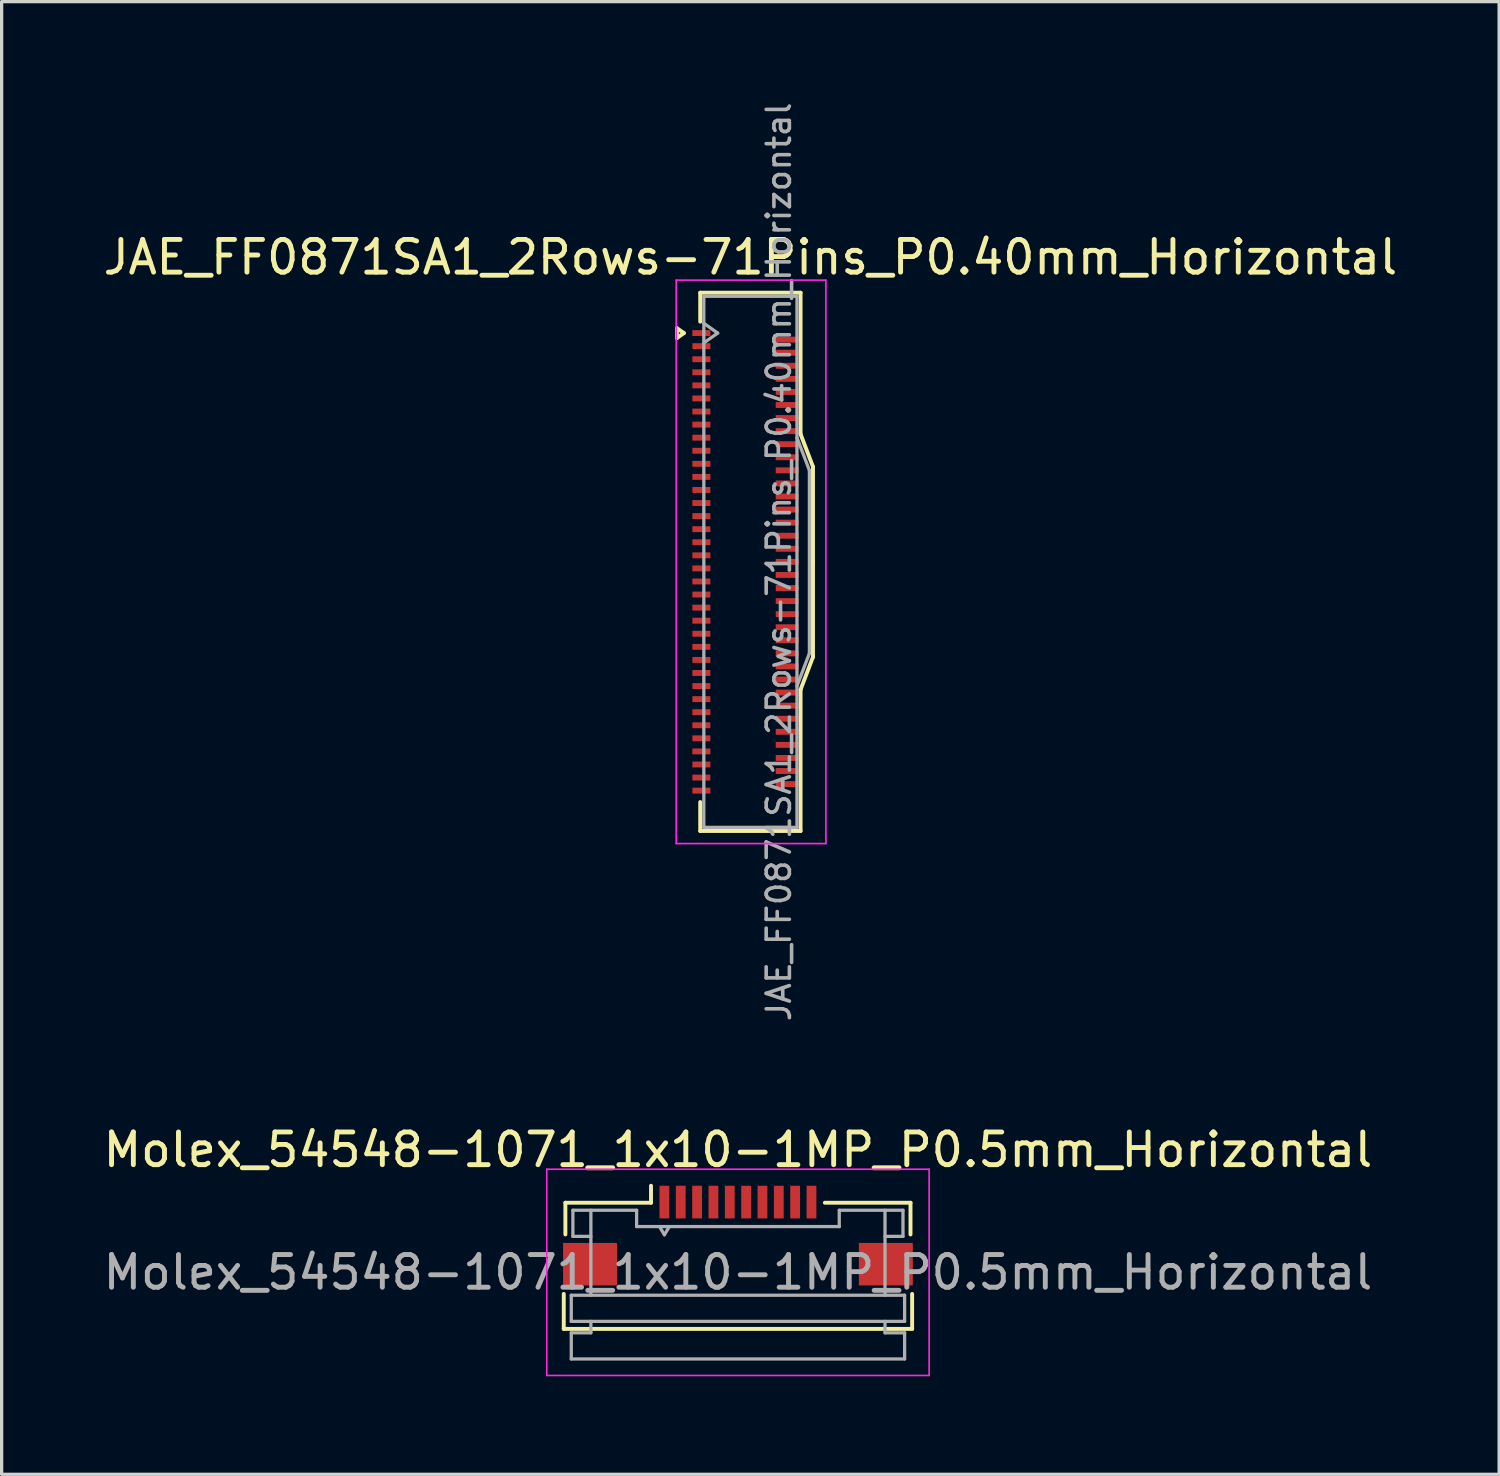
<source format=kicad_pcb>
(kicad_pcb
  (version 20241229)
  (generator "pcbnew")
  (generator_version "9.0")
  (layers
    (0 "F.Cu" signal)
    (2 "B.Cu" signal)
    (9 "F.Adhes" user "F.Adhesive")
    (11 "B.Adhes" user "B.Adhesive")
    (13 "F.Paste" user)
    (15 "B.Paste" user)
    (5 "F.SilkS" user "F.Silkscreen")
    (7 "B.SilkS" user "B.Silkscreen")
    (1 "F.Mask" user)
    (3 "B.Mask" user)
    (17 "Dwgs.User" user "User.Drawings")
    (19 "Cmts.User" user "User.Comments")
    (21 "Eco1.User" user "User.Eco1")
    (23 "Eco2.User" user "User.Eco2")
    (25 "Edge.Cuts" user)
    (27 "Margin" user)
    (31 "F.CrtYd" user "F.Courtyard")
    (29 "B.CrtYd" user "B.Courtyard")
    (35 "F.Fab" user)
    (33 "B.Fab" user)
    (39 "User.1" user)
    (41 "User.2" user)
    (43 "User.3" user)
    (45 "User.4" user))
  (footprint "JAE_FF0871SA1_2Rows-71Pins_P0.40mm_Horizontal"
    (layer "F.Cu")
    (at 19.761 14.142)
    (property "Reference" "JAE_FF0871SA1_2Rows-71Pins_P0.40mm_Horizontal" (at 0.15 -9.32 0) (layer "F.SilkS") (effects (font (size 1 1) (thickness 0.15))))
    (attr smd)
    (fp_line (start -2.097 -7.15) (end -1.885 -7) (stroke (width 0.12) (type solid)) (layer "F.SilkS"))
    (fp_line (start -2.097 -6.85) (end -2.097 -7.15) (stroke (width 0.12) (type solid)) (layer "F.SilkS"))
    (fp_line (start -1.885 -7) (end -2.097 -6.85) (stroke (width 0.12) (type solid)) (layer "F.SilkS"))
    (fp_line (start -1.385 -8.235) (end 1.685 -8.235) (stroke (width 0.12) (type solid)) (layer "F.SilkS"))
    (fp_line (start -1.385 -7.35) (end -1.385 -8.235) (stroke (width 0.12) (type solid)) (layer "F.SilkS"))
    (fp_line (start -1.385 7.35) (end -1.385 8.235) (stroke (width 0.12) (type solid)) (layer "F.SilkS"))
    (fp_line (start -1.385 8.235) (end 1.685 8.235) (stroke (width 0.12) (type solid)) (layer "F.SilkS"))
    (fp_line (start 1.685 -8.235) (end 1.685 -3.91) (stroke (width 0.12) (type solid)) (layer "F.SilkS"))
    (fp_line (start 1.685 -3.91) (end 2.065 -2.91) (stroke (width 0.12) (type solid)) (layer "F.SilkS"))
    (fp_line (start 1.685 3.91) (end 2.065 2.91) (stroke (width 0.12) (type solid)) (layer "F.SilkS"))
    (fp_line (start 1.685 8.235) (end 1.685 3.91) (stroke (width 0.12) (type solid)) (layer "F.SilkS"))
    (fp_line (start 2.065 -2.91) (end 2.065 0) (stroke (width 0.12) (type solid)) (layer "F.SilkS"))
    (fp_line (start 2.065 2.91) (end 2.065 0) (stroke (width 0.12) (type solid)) (layer "F.SilkS"))
    (fp_line (start -2.12 -8.62) (end -2.12 8.62) (stroke (width 0.05) (type solid)) (layer "F.CrtYd"))
    (fp_line (start -2.12 8.62) (end 2.46 8.62) (stroke (width 0.05) (type solid)) (layer "F.CrtYd"))
    (fp_line (start 2.46 -8.62) (end -2.12 -8.62) (stroke (width 0.05) (type solid)) (layer "F.CrtYd"))
    (fp_line (start 2.46 8.62) (end 2.46 -8.62) (stroke (width 0.05) (type solid)) (layer "F.CrtYd"))
    (fp_line (start -1.275 -8.125) (end -1.275 8.125) (stroke (width 0.1) (type solid)) (layer "F.Fab"))
    (fp_line (start -1.275 -7.3) (end -0.851 -7) (stroke (width 0.1) (type solid)) (layer "F.Fab"))
    (fp_line (start -1.275 8.125) (end 1.575 8.125) (stroke (width 0.1) (type solid)) (layer "F.Fab"))
    (fp_line (start -0.851 -7) (end -1.275 -6.7) (stroke (width 0.1) (type solid)) (layer "F.Fab"))
    (fp_line (start 1.575 -8.125) (end -1.275 -8.125) (stroke (width 0.1) (type solid)) (layer "F.Fab"))
    (fp_line (start 1.575 -3.8) (end 1.955 -2.8) (stroke (width 0.1) (type solid)) (layer "F.Fab"))
    (fp_line (start 1.575 8.125) (end 1.575 -8.125) (stroke (width 0.1) (type solid)) (layer "F.Fab"))
    (fp_line (start 1.955 -2.8) (end 1.955 2.8) (stroke (width 0.1) (type solid)) (layer "F.Fab"))
    (fp_line (start 1.955 2.8) (end 1.575 3.8) (stroke (width 0.1) (type solid)) (layer "F.Fab"))
    (fp_text user "${REFERENCE}" (at 1.02 0 90) (layer "F.Fab") (effects (font (size 0.71 0.71) (thickness 0.11))))
    (pad "1" smd rect (at -1.35 -7) (size 0.55 0.18) (layers "F.Cu" "F.Mask" "F.Paste"))
    (pad "2" smd rect (at 1.275 -6.8) (size 0.7 0.18) (layers "F.Cu" "F.Mask" "F.Paste"))
    (pad "3" smd rect (at -1.35 -6.6) (size 0.55 0.18) (layers "F.Cu" "F.Mask" "F.Paste"))
    (pad "4" smd rect (at 1.275 -6.4) (size 0.7 0.18) (layers "F.Cu" "F.Mask" "F.Paste"))
    (pad "5" smd rect (at -1.35 -6.2) (size 0.55 0.18) (layers "F.Cu" "F.Mask" "F.Paste"))
    (pad "6" smd rect (at 1.275 -6) (size 0.7 0.18) (layers "F.Cu" "F.Mask" "F.Paste"))
    (pad "7" smd rect (at -1.35 -5.8) (size 0.55 0.18) (layers "F.Cu" "F.Mask" "F.Paste"))
    (pad "8" smd rect (at 1.275 -5.6) (size 0.7 0.18) (layers "F.Cu" "F.Mask" "F.Paste"))
    (pad "9" smd rect (at -1.35 -5.4) (size 0.55 0.18) (layers "F.Cu" "F.Mask" "F.Paste"))
    (pad "10" smd rect (at 1.275 -5.2) (size 0.7 0.18) (layers "F.Cu" "F.Mask" "F.Paste"))
    (pad "11" smd rect (at -1.35 -5) (size 0.55 0.18) (layers "F.Cu" "F.Mask" "F.Paste"))
    (pad "12" smd rect (at 1.275 -4.8) (size 0.7 0.18) (layers "F.Cu" "F.Mask" "F.Paste"))
    (pad "13" smd rect (at -1.35 -4.6) (size 0.55 0.18) (layers "F.Cu" "F.Mask" "F.Paste"))
    (pad "14" smd rect (at 1.275 -4.4) (size 0.7 0.18) (layers "F.Cu" "F.Mask" "F.Paste"))
    (pad "15" smd rect (at -1.35 -4.2) (size 0.55 0.18) (layers "F.Cu" "F.Mask" "F.Paste"))
    (pad "16" smd rect (at 1.275 -4) (size 0.7 0.18) (layers "F.Cu" "F.Mask" "F.Paste"))
    (pad "17" smd rect (at -1.35 -3.8) (size 0.55 0.18) (layers "F.Cu" "F.Mask" "F.Paste"))
    (pad "18" smd rect (at 1.275 -3.6) (size 0.7 0.18) (layers "F.Cu" "F.Mask" "F.Paste"))
    (pad "19" smd rect (at -1.35 -3.4) (size 0.55 0.18) (layers "F.Cu" "F.Mask" "F.Paste"))
    (pad "20" smd rect (at 1.275 -3.2) (size 0.7 0.18) (layers "F.Cu" "F.Mask" "F.Paste"))
    (pad "21" smd rect (at -1.35 -3) (size 0.55 0.18) (layers "F.Cu" "F.Mask" "F.Paste"))
    (pad "22" smd rect (at 1.275 -2.8) (size 0.7 0.18) (layers "F.Cu" "F.Mask" "F.Paste"))
    (pad "23" smd rect (at -1.35 -2.6) (size 0.55 0.18) (layers "F.Cu" "F.Mask" "F.Paste"))
    (pad "24" smd rect (at 1.275 -2.4) (size 0.7 0.18) (layers "F.Cu" "F.Mask" "F.Paste"))
    (pad "25" smd rect (at -1.35 -2.2) (size 0.55 0.18) (layers "F.Cu" "F.Mask" "F.Paste"))
    (pad "26" smd rect (at 1.275 -2) (size 0.7 0.18) (layers "F.Cu" "F.Mask" "F.Paste"))
    (pad "27" smd rect (at -1.35 -1.8) (size 0.55 0.18) (layers "F.Cu" "F.Mask" "F.Paste"))
    (pad "28" smd rect (at 1.275 -1.6) (size 0.7 0.18) (layers "F.Cu" "F.Mask" "F.Paste"))
    (pad "29" smd rect (at -1.35 -1.4) (size 0.55 0.18) (layers "F.Cu" "F.Mask" "F.Paste"))
    (pad "30" smd rect (at 1.275 -1.2) (size 0.7 0.18) (layers "F.Cu" "F.Mask" "F.Paste"))
    (pad "31" smd rect (at -1.35 -1) (size 0.55 0.18) (layers "F.Cu" "F.Mask" "F.Paste"))
    (pad "32" smd rect (at 1.275 -0.8) (size 0.7 0.18) (layers "F.Cu" "F.Mask" "F.Paste"))
    (pad "33" smd rect (at -1.35 -0.6) (size 0.55 0.18) (layers "F.Cu" "F.Mask" "F.Paste"))
    (pad "34" smd rect (at 1.275 -0.4) (size 0.7 0.18) (layers "F.Cu" "F.Mask" "F.Paste"))
    (pad "35" smd rect (at -1.35 -0.2) (size 0.55 0.18) (layers "F.Cu" "F.Mask" "F.Paste"))
    (pad "36" smd rect (at 1.275 0) (size 0.7 0.18) (layers "F.Cu" "F.Mask" "F.Paste"))
    (pad "37" smd rect (at -1.35 0.2) (size 0.55 0.18) (layers "F.Cu" "F.Mask" "F.Paste"))
    (pad "38" smd rect (at 1.275 0.4) (size 0.7 0.18) (layers "F.Cu" "F.Mask" "F.Paste"))
    (pad "39" smd rect (at -1.35 0.6) (size 0.55 0.18) (layers "F.Cu" "F.Mask" "F.Paste"))
    (pad "40" smd rect (at 1.275 0.8) (size 0.7 0.18) (layers "F.Cu" "F.Mask" "F.Paste"))
    (pad "41" smd rect (at -1.35 1) (size 0.55 0.18) (layers "F.Cu" "F.Mask" "F.Paste"))
    (pad "42" smd rect (at 1.275 1.2) (size 0.7 0.18) (layers "F.Cu" "F.Mask" "F.Paste"))
    (pad "43" smd rect (at -1.35 1.4) (size 0.55 0.18) (layers "F.Cu" "F.Mask" "F.Paste"))
    (pad "44" smd rect (at 1.275 1.6) (size 0.7 0.18) (layers "F.Cu" "F.Mask" "F.Paste"))
    (pad "45" smd rect (at -1.35 1.8) (size 0.55 0.18) (layers "F.Cu" "F.Mask" "F.Paste"))
    (pad "46" smd rect (at 1.275 2) (size 0.7 0.18) (layers "F.Cu" "F.Mask" "F.Paste"))
    (pad "47" smd rect (at -1.35 2.2) (size 0.55 0.18) (layers "F.Cu" "F.Mask" "F.Paste"))
    (pad "48" smd rect (at 1.275 2.4) (size 0.7 0.18) (layers "F.Cu" "F.Mask" "F.Paste"))
    (pad "49" smd rect (at -1.35 2.6) (size 0.55 0.18) (layers "F.Cu" "F.Mask" "F.Paste"))
    (pad "50" smd rect (at 1.275 2.8) (size 0.7 0.18) (layers "F.Cu" "F.Mask" "F.Paste"))
    (pad "51" smd rect (at -1.35 3) (size 0.55 0.18) (layers "F.Cu" "F.Mask" "F.Paste"))
    (pad "52" smd rect (at 1.275 3.2) (size 0.7 0.18) (layers "F.Cu" "F.Mask" "F.Paste"))
    (pad "53" smd rect (at -1.35 3.4) (size 0.55 0.18) (layers "F.Cu" "F.Mask" "F.Paste"))
    (pad "54" smd rect (at 1.275 3.6) (size 0.7 0.18) (layers "F.Cu" "F.Mask" "F.Paste"))
    (pad "55" smd rect (at -1.35 3.8) (size 0.55 0.18) (layers "F.Cu" "F.Mask" "F.Paste"))
    (pad "56" smd rect (at 1.275 4) (size 0.7 0.18) (layers "F.Cu" "F.Mask" "F.Paste"))
    (pad "57" smd rect (at -1.35 4.2) (size 0.55 0.18) (layers "F.Cu" "F.Mask" "F.Paste"))
    (pad "58" smd rect (at 1.275 4.4) (size 0.7 0.18) (layers "F.Cu" "F.Mask" "F.Paste"))
    (pad "59" smd rect (at -1.35 4.6) (size 0.55 0.18) (layers "F.Cu" "F.Mask" "F.Paste"))
    (pad "60" smd rect (at 1.275 4.8) (size 0.7 0.18) (layers "F.Cu" "F.Mask" "F.Paste"))
    (pad "61" smd rect (at -1.35 5) (size 0.55 0.18) (layers "F.Cu" "F.Mask" "F.Paste"))
    (pad "62" smd rect (at 1.275 5.2) (size 0.7 0.18) (layers "F.Cu" "F.Mask" "F.Paste"))
    (pad "63" smd rect (at -1.35 5.4) (size 0.55 0.18) (layers "F.Cu" "F.Mask" "F.Paste"))
    (pad "64" smd rect (at 1.275 5.6) (size 0.7 0.18) (layers "F.Cu" "F.Mask" "F.Paste"))
    (pad "65" smd rect (at -1.35 5.8) (size 0.55 0.18) (layers "F.Cu" "F.Mask" "F.Paste"))
    (pad "66" smd rect (at 1.275 6) (size 0.7 0.18) (layers "F.Cu" "F.Mask" "F.Paste"))
    (pad "67" smd rect (at -1.35 6.2) (size 0.55 0.18) (layers "F.Cu" "F.Mask" "F.Paste"))
    (pad "68" smd rect (at 1.275 6.4) (size 0.7 0.18) (layers "F.Cu" "F.Mask" "F.Paste"))
    (pad "69" smd rect (at -1.35 6.6) (size 0.55 0.18) (layers "F.Cu" "F.Mask" "F.Paste"))
    (pad "70" smd rect (at 1.275 6.8) (size 0.7 0.18) (layers "F.Cu" "F.Mask" "F.Paste"))
    (pad "71" smd rect (at -1.35 7) (size 0.55 0.18) (layers "F.Cu" "F.Mask" "F.Paste")))
  (footprint "Molex_54548-1071_1x10-1MP_P0.5mm_Horizontal"
    (layer "F.Cu")
    (at 19.53 34.757)
    (property "Reference" "Molex_54548-1071_1x10-1MP_P0.5mm_Horizontal" (at 0 -2.625 0) (layer "F.SilkS") (effects (font (size 1 1) (thickness 0.15))))
    (attr smd)
    (fp_line (start -5.33 1.785) (end -5.33 2.855) (stroke (width 0.12) (type solid)) (layer "F.SilkS"))
    (fp_line (start -5.33 2.855) (end 5.33 2.855) (stroke (width 0.12) (type solid)) (layer "F.SilkS"))
    (fp_line (start -5.28 -1.005) (end -5.28 -0.035) (stroke (width 0.12) (type solid)) (layer "F.SilkS"))
    (fp_line (start -2.66 -1.525) (end -2.66 -1.005) (stroke (width 0.12) (type solid)) (layer "F.SilkS"))
    (fp_line (start -2.66 -1.005) (end -5.28 -1.005) (stroke (width 0.12) (type solid)) (layer "F.SilkS"))
    (fp_line (start 5.28 -1.005) (end 2.66 -1.005) (stroke (width 0.12) (type solid)) (layer "F.SilkS"))
    (fp_line (start 5.28 -0.035) (end 5.28 -1.005) (stroke (width 0.12) (type solid)) (layer "F.SilkS"))
    (fp_line (start 5.33 2.855) (end 5.33 1.785) (stroke (width 0.12) (type solid)) (layer "F.SilkS"))
    (fp_line (start -5.85 -2.03) (end 5.85 -2.03) (stroke (width 0.05) (type solid)) (layer "F.CrtYd"))
    (fp_line (start -5.85 4.28) (end -5.85 -2.03) (stroke (width 0.05) (type solid)) (layer "F.CrtYd"))
    (fp_line (start 5.85 -2.03) (end 5.85 4.28) (stroke (width 0.05) (type solid)) (layer "F.CrtYd"))
    (fp_line (start 5.85 4.28) (end -5.85 4.28) (stroke (width 0.05) (type solid)) (layer "F.CrtYd"))
    (fp_line (start -5.1 1.825) (end -5.1 2.625) (stroke (width 0.1) (type solid)) (layer "F.Fab"))
    (fp_line (start -5.1 2.625) (end 5.1 2.625) (stroke (width 0.1) (type solid)) (layer "F.Fab"))
    (fp_line (start -5.1 2.975) (end -5.1 3.775) (stroke (width 0.1) (type solid)) (layer "F.Fab"))
    (fp_line (start -5.1 3.775) (end 5.1 3.775) (stroke (width 0.1) (type solid)) (layer "F.Fab"))
    (fp_line (start -5.05 -0.775) (end -5.05 0.025) (stroke (width 0.1) (type solid)) (layer "F.Fab"))
    (fp_line (start -5.05 -0.775) (end -3.1 -0.775) (stroke (width 0.1) (type solid)) (layer "F.Fab"))
    (fp_line (start -5.05 0.025) (end -4.5 0.025) (stroke (width 0.1) (type solid)) (layer "F.Fab"))
    (fp_line (start -4.5 1.825) (end -4.5 -0.775) (stroke (width 0.1) (type solid)) (layer "F.Fab"))
    (fp_line (start -4.5 2.625) (end -4.5 2.975) (stroke (width 0.1) (type solid)) (layer "F.Fab"))
    (fp_line (start -4.5 2.975) (end -5.1 2.975) (stroke (width 0.1) (type solid)) (layer "F.Fab"))
    (fp_line (start -3.1 -0.775) (end -3.1 -0.275) (stroke (width 0.1) (type solid)) (layer "F.Fab"))
    (fp_line (start -3.1 -0.275) (end 3.1 -0.275) (stroke (width 0.1) (type solid)) (layer "F.Fab"))
    (fp_line (start -2.4 -0.275) (end -2.25 -0.025) (stroke (width 0.1) (type solid)) (layer "F.Fab"))
    (fp_line (start -2.25 -0.025) (end -2.1 -0.275) (stroke (width 0.1) (type solid)) (layer "F.Fab"))
    (fp_line (start 3.1 -0.775) (end 5.05 -0.775) (stroke (width 0.1) (type solid)) (layer "F.Fab"))
    (fp_line (start 3.1 -0.275) (end 3.1 -0.775) (stroke (width 0.1) (type solid)) (layer "F.Fab"))
    (fp_line (start 4.5 -0.775) (end 4.5 1.825) (stroke (width 0.1) (type solid)) (layer "F.Fab"))
    (fp_line (start 4.5 2.975) (end 4.5 2.625) (stroke (width 0.1) (type solid)) (layer "F.Fab"))
    (fp_line (start 5.05 -0.775) (end 5.05 0.025) (stroke (width 0.1) (type solid)) (layer "F.Fab"))
    (fp_line (start 5.05 0.025) (end 4.5 0.025) (stroke (width 0.1) (type solid)) (layer "F.Fab"))
    (fp_line (start 5.1 1.825) (end -5.1 1.825) (stroke (width 0.1) (type solid)) (layer "F.Fab"))
    (fp_line (start 5.1 2.625) (end 5.1 1.825) (stroke (width 0.1) (type solid)) (layer "F.Fab"))
    (fp_line (start 5.1 2.975) (end 4.5 2.975) (stroke (width 0.1) (type solid)) (layer "F.Fab"))
    (fp_line (start 5.1 3.775) (end 5.1 2.975) (stroke (width 0.1) (type solid)) (layer "F.Fab"))
    (fp_text user "${REFERENCE}" (at 0 1.125 0) (layer "F.Fab") (effects (font (size 1 1) (thickness 0.15))))
    (pad "1" smd rect (at -2.25 -1.025) (size 0.3 1) (layers "F.Cu" "F.Mask" "F.Paste"))
    (pad "2" smd rect (at -1.75 -1.025) (size 0.3 1) (layers "F.Cu" "F.Mask" "F.Paste"))
    (pad "3" smd rect (at -1.25 -1.025) (size 0.3 1) (layers "F.Cu" "F.Mask" "F.Paste"))
    (pad "4" smd rect (at -0.75 -1.025) (size 0.3 1) (layers "F.Cu" "F.Mask" "F.Paste"))
    (pad "5" smd rect (at -0.25 -1.025) (size 0.3 1) (layers "F.Cu" "F.Mask" "F.Paste"))
    (pad "6" smd rect (at 0.25 -1.025) (size 0.3 1) (layers "F.Cu" "F.Mask" "F.Paste"))
    (pad "7" smd rect (at 0.75 -1.025) (size 0.3 1) (layers "F.Cu" "F.Mask" "F.Paste"))
    (pad "8" smd rect (at 1.25 -1.025) (size 0.3 1) (layers "F.Cu" "F.Mask" "F.Paste"))
    (pad "9" smd rect (at 1.75 -1.025) (size 0.3 1) (layers "F.Cu" "F.Mask" "F.Paste"))
    (pad "10" smd rect (at 2.25 -1.025) (size 0.3 1) (layers "F.Cu" "F.Mask" "F.Paste"))
    (pad "MP" smd rect (at -4.525 0.875) (size 1.65 1.3) (layers "F.Cu" "F.Mask" "F.Paste"))
    (pad "MP" smd rect (at 4.525 0.875) (size 1.65 1.3) (layers "F.Cu" "F.Mask" "F.Paste")))
  (gr_rect
    (start -3 -3)
    (end 42.821 42.062)
    (stroke (width 0.1) (type default))
    (fill no)
    (layer "Edge.Cuts")))
</source>
